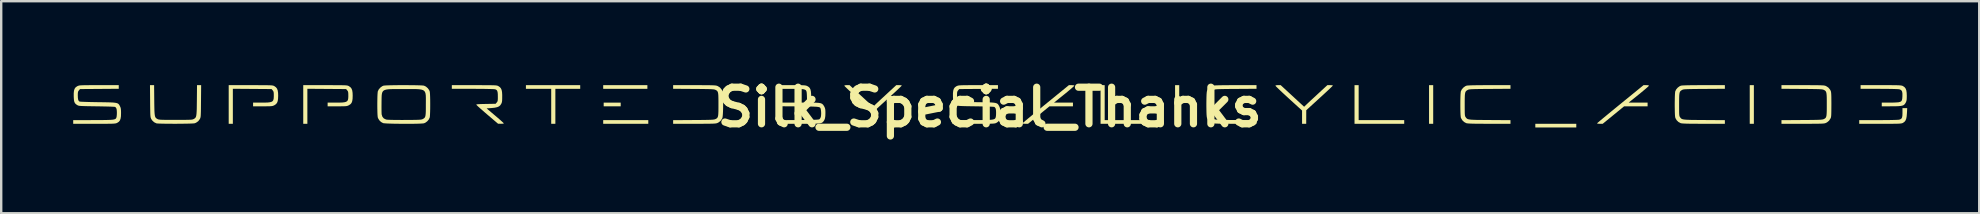
<source format=kicad_pcb>
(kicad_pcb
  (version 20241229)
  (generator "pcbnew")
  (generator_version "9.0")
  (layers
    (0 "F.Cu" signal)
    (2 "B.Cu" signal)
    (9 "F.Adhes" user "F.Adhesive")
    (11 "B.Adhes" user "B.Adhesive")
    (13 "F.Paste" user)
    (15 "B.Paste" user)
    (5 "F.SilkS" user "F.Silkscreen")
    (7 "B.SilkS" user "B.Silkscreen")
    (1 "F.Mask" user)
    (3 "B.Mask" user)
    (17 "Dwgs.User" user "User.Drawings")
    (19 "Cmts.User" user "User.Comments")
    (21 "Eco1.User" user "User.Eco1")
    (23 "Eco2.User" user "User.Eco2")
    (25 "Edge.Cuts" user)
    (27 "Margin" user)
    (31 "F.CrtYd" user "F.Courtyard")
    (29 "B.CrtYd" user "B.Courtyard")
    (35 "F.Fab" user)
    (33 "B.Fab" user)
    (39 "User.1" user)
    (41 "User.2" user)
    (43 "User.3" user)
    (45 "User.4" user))
  (footprint "Silk_Special_Thanks"
    (layer "F.Cu")
    (at 38.186 1.418)
    (property "Reference" "Silk_Special_Thanks" (at 0 0 0) (layer "F.SilkS") (effects (font (size 1.524 1.524) (thickness 0.3))))
    (attr board_only exclude_from_pos_files exclude_from_bom)
    (fp_poly (pts (xy -15.374 -0.038) (xy -16.083 -0.038) (xy -16.083 -0.192) (xy -15.374 -0.192)) (stroke (width 0) (type solid)) (fill yes) (layer "F.SilkS"))
    (fp_poly (pts (xy -14.262 -0.767) (xy -16.103 -0.767) (xy -16.103 -0.92) (xy -14.262 -0.92)) (stroke (width 0) (type solid)) (fill yes) (layer "F.SilkS"))
    (fp_poly (pts (xy -14.224 0.69) (xy -16.103 0.69) (xy -16.103 0.537) (xy -14.224 0.537)) (stroke (width 0) (type solid)) (fill yes) (layer "F.SilkS"))
    (fp_poly (pts (xy 7.898 0.69) (xy 7.725 0.69) (xy 7.725 -0.92) (xy 7.898 -0.92)) (stroke (width 0) (type solid)) (fill yes) (layer "F.SilkS"))
    (fp_poly (pts (xy 18.48 0.69) (xy 18.307 0.69) (xy 18.307 -0.92) (xy 18.48 -0.92)) (stroke (width 0) (type solid)) (fill yes) (layer "F.SilkS"))
    (fp_poly (pts (xy 24.442 0.843) (xy 22.735 0.843) (xy 22.735 0.69) (xy 24.442 0.69)) (stroke (width 0) (type solid)) (fill yes) (layer "F.SilkS"))
    (fp_poly (pts (xy 31.841 0.69) (xy 31.669 0.69) (xy 31.669 -0.92) (xy 31.841 -0.92)) (stroke (width 0) (type solid)) (fill yes) (layer "F.SilkS"))
    (fp_poly (pts (xy 4.792 0.537) (xy 6.69 0.537) (xy 6.69 0.69) (xy 4.62 0.69) (xy 4.62 -0.92) (xy 4.792 -0.92)) (stroke (width 0) (type solid)) (fill yes) (layer "F.SilkS"))
    (fp_poly (pts (xy 15.374 0.537) (xy 17.272 0.537) (xy 17.272 0.69) (xy 15.202 0.69) (xy 15.202 -0.92) (xy 15.374 -0.92)) (stroke (width 0) (type solid)) (fill yes) (layer "F.SilkS"))
    (fp_poly (pts (xy -17.061 -0.767) (xy -18.096 -0.767) (xy -18.096 0.69) (xy -18.269 0.69) (xy -18.269 -0.767) (xy -19.323 -0.767) (xy -19.323 -0.92) (xy -17.061 -0.92)) (stroke (width 0) (type solid)) (fill yes) (layer "F.SilkS"))
    (fp_poly (pts (xy 3.485 -0.917) (xy 3.52 -0.907) (xy 3.526 -0.896) (xy 3.511 -0.878) (xy 3.47 -0.84) (xy 3.407 -0.784) (xy 3.325 -0.715) (xy 3.228 -0.634) (xy 3.121 -0.546) (xy 3.103 -0.532) (xy 2.68 -0.192) (xy 3.47 -0.192) (xy 3.47 -0.038) (xy 2.491 -0.038) (xy 2.046 0.326) (xy 1.601 0.689) (xy 1.479 0.69) (xy 1.414 0.687) (xy 1.374 0.68) (xy 1.364 0.671) (xy 1.38 0.656) (xy 1.423 0.619) (xy 1.49 0.562) (xy 1.58 0.487) (xy 1.69 0.396) (xy 1.817 0.291) (xy 1.959 0.174) (xy 2.113 0.048) (xy 2.277 -0.086) (xy 2.336 -0.134) (xy 3.301 -0.92) (xy 3.414 -0.92)) (stroke (width 0) (type solid)) (fill yes) (layer "F.SilkS"))
    (fp_poly (pts (xy 27.428 -0.917) (xy 27.463 -0.907) (xy 27.469 -0.896) (xy 27.454 -0.878) (xy 27.414 -0.84) (xy 27.35 -0.784) (xy 27.268 -0.715) (xy 27.171 -0.634) (xy 27.064 -0.546) (xy 27.046 -0.532) (xy 26.623 -0.192) (xy 27.413 -0.192) (xy 27.413 -0.038) (xy 26.434 -0.038) (xy 25.989 0.326) (xy 25.544 0.689) (xy 25.422 0.69) (xy 25.357 0.687) (xy 25.317 0.68) (xy 25.307 0.671) (xy 25.323 0.656) (xy 25.366 0.619) (xy 25.433 0.562) (xy 25.523 0.487) (xy 25.633 0.396) (xy 25.76 0.291) (xy 25.902 0.174) (xy 26.056 0.048) (xy 26.22 -0.086) (xy 26.279 -0.134) (xy 27.244 -0.92) (xy 27.357 -0.92)) (stroke (width 0) (type solid)) (fill yes) (layer "F.SilkS"))
    (fp_poly (pts (xy 38.219 0.247) (xy 38.208 0.38) (xy 38.189 0.48) (xy 38.158 0.555) (xy 38.115 0.609) (xy 38.056 0.65) (xy 38.053 0.652) (xy 38.033 0.661) (xy 38.012 0.668) (xy 37.985 0.674) (xy 37.949 0.679) (xy 37.901 0.683) (xy 37.836 0.686) (xy 37.751 0.688) (xy 37.643 0.689) (xy 37.508 0.69) (xy 37.343 0.69) (xy 37.143 0.69) (xy 37.104 0.69) (xy 36.231 0.69) (xy 36.231 0.537) (xy 37.031 0.537) (xy 37.239 0.536) (xy 37.423 0.535) (xy 37.582 0.532) (xy 37.712 0.529) (xy 37.811 0.525) (xy 37.877 0.521) (xy 37.903 0.517) (xy 37.957 0.496) (xy 37.994 0.467) (xy 38.017 0.42) (xy 38.029 0.351) (xy 38.033 0.251) (xy 38.033 0.226) (xy 38.033 0.038) (xy 38.23 0.038)) (stroke (width 0) (type solid)) (fill yes) (layer "F.SilkS"))
    (fp_poly (pts (xy -5.348 -0.47) (xy -4.86 -0.02) (xy -4.764 -0.112) (xy -4.724 -0.15) (xy -4.66 -0.21) (xy -4.579 -0.286) (xy -4.483 -0.374) (xy -4.379 -0.47) (xy -4.28 -0.562) (xy -3.892 -0.92) (xy -3.777 -0.92) (xy -3.716 -0.918) (xy -3.674 -0.911) (xy -3.661 -0.904) (xy -3.675 -0.887) (xy -3.714 -0.848) (xy -3.776 -0.789) (xy -3.856 -0.713) (xy -3.953 -0.623) (xy -4.064 -0.521) (xy -4.184 -0.411) (xy -4.217 -0.381) (xy -4.772 0.125) (xy -4.772 0.407) (xy -4.773 0.69) (xy -4.946 0.69) (xy -4.946 0.137) (xy -5.5 -0.367) (xy -5.623 -0.48) (xy -5.736 -0.584) (xy -5.837 -0.679) (xy -5.922 -0.76) (xy -5.989 -0.825) (xy -6.035 -0.87) (xy -6.055 -0.894) (xy -6.056 -0.896) (xy -6.042 -0.911) (xy -5.994 -0.919) (xy -5.947 -0.92) (xy -5.837 -0.92)) (stroke (width 0) (type solid)) (fill yes) (layer "F.SilkS"))
    (fp_poly (pts (xy 12.614 -0.47) (xy 13.102 -0.02) (xy 13.198 -0.112) (xy 13.238 -0.15) (xy 13.302 -0.21) (xy 13.383 -0.286) (xy 13.479 -0.374) (xy 13.583 -0.47) (xy 13.682 -0.562) (xy 14.07 -0.92) (xy 14.185 -0.92) (xy 14.246 -0.918) (xy 14.288 -0.911) (xy 14.301 -0.904) (xy 14.287 -0.887) (xy 14.248 -0.848) (xy 14.186 -0.789) (xy 14.106 -0.713) (xy 14.009 -0.623) (xy 13.899 -0.521) (xy 13.778 -0.411) (xy 13.746 -0.381) (xy 13.191 0.125) (xy 13.19 0.407) (xy 13.189 0.69) (xy 13.016 0.69) (xy 13.016 0.137) (xy 12.462 -0.367) (xy 12.339 -0.48) (xy 12.226 -0.584) (xy 12.125 -0.679) (xy 12.04 -0.76) (xy 11.973 -0.825) (xy 11.928 -0.87) (xy 11.907 -0.894) (xy 11.906 -0.896) (xy 11.921 -0.911) (xy 11.968 -0.919) (xy 12.015 -0.92) (xy 12.126 -0.92)) (stroke (width 0) (type solid)) (fill yes) (layer "F.SilkS"))
    (fp_poly (pts (xy -30.792 -0.92) (xy -30.581 -0.92) (xy -30.405 -0.919) (xy -30.26 -0.919) (xy -30.143 -0.918) (xy -30.051 -0.916) (xy -29.98 -0.914) (xy -29.926 -0.911) (xy -29.887 -0.907) (xy -29.858 -0.901) (xy -29.836 -0.894) (xy -29.818 -0.886) (xy -29.801 -0.877) (xy -29.738 -0.831) (xy -29.693 -0.774) (xy -29.665 -0.699) (xy -29.65 -0.6) (xy -29.646 -0.479) (xy -29.651 -0.352) (xy -29.665 -0.256) (xy -29.693 -0.184) (xy -29.736 -0.13) (xy -29.797 -0.088) (xy -29.809 -0.081) (xy -29.84 -0.067) (xy -29.871 -0.056) (xy -29.908 -0.048) (xy -29.957 -0.043) (xy -30.024 -0.04) (xy -30.116 -0.039) (xy -30.238 -0.038) (xy -30.292 -0.038) (xy -30.691 -0.038) (xy -30.691 -0.192) (xy -30.36 -0.192) (xy -30.204 -0.193) (xy -30.081 -0.197) (xy -29.988 -0.208) (xy -29.922 -0.226) (xy -29.876 -0.255) (xy -29.849 -0.296) (xy -29.834 -0.353) (xy -29.829 -0.426) (xy -29.828 -0.482) (xy -29.829 -0.566) (xy -29.834 -0.622) (xy -29.845 -0.66) (xy -29.864 -0.69) (xy -29.874 -0.703) (xy -29.921 -0.757) (xy -30.728 -0.763) (xy -31.534 -0.769) (xy -31.534 0.69) (xy -31.707 0.69) (xy -31.707 -0.92)) (stroke (width 0) (type solid)) (fill yes) (layer "F.SilkS"))
    (fp_poly (pts (xy -27.686 -0.92) (xy -27.475 -0.92) (xy -27.299 -0.919) (xy -27.154 -0.919) (xy -27.038 -0.918) (xy -26.946 -0.916) (xy -26.874 -0.914) (xy -26.821 -0.911) (xy -26.781 -0.907) (xy -26.752 -0.901) (xy -26.73 -0.894) (xy -26.712 -0.886) (xy -26.696 -0.877) (xy -26.632 -0.831) (xy -26.588 -0.774) (xy -26.56 -0.699) (xy -26.545 -0.6) (xy -26.541 -0.479) (xy -26.545 -0.352) (xy -26.56 -0.256) (xy -26.587 -0.184) (xy -26.63 -0.13) (xy -26.692 -0.088) (xy -26.704 -0.081) (xy -26.734 -0.067) (xy -26.765 -0.056) (xy -26.802 -0.048) (xy -26.851 -0.043) (xy -26.919 -0.04) (xy -27.01 -0.039) (xy -27.132 -0.038) (xy -27.187 -0.038) (xy -27.585 -0.038) (xy -27.585 -0.192) (xy -27.255 -0.192) (xy -27.098 -0.193) (xy -26.975 -0.197) (xy -26.883 -0.208) (xy -26.816 -0.226) (xy -26.771 -0.255) (xy -26.743 -0.296) (xy -26.729 -0.353) (xy -26.723 -0.426) (xy -26.723 -0.482) (xy -26.724 -0.566) (xy -26.729 -0.622) (xy -26.739 -0.66) (xy -26.758 -0.69) (xy -26.769 -0.703) (xy -26.815 -0.757) (xy -27.622 -0.763) (xy -28.429 -0.769) (xy -28.429 0.69) (xy -28.601 0.69) (xy -28.601 -0.92)) (stroke (width 0) (type solid)) (fill yes) (layer "F.SilkS"))
    (fp_poly (pts (xy 37.335 -0.92) (xy 37.503 -0.92) (xy 37.64 -0.919) (xy 37.749 -0.918) (xy 37.835 -0.916) (xy 37.9 -0.913) (xy 37.949 -0.909) (xy 37.985 -0.904) (xy 38.012 -0.898) (xy 38.034 -0.891) (xy 38.053 -0.882) (xy 38.117 -0.838) (xy 38.163 -0.781) (xy 38.193 -0.704) (xy 38.208 -0.6) (xy 38.213 -0.479) (xy 38.211 -0.382) (xy 38.207 -0.313) (xy 38.197 -0.262) (xy 38.181 -0.218) (xy 38.17 -0.195) (xy 38.142 -0.148) (xy 38.111 -0.112) (xy 38.072 -0.084) (xy 38.019 -0.065) (xy 37.948 -0.052) (xy 37.854 -0.044) (xy 37.732 -0.04) (xy 37.576 -0.039) (xy 37.568 -0.039) (xy 37.17 -0.038) (xy 37.17 -0.192) (xy 37.491 -0.192) (xy 37.605 -0.193) (xy 37.71 -0.196) (xy 37.799 -0.201) (xy 37.863 -0.206) (xy 37.887 -0.21) (xy 37.946 -0.227) (xy 37.985 -0.253) (xy 38.01 -0.293) (xy 38.023 -0.356) (xy 38.03 -0.449) (xy 38.03 -0.461) (xy 38.031 -0.567) (xy 38.02 -0.643) (xy 37.997 -0.693) (xy 37.957 -0.726) (xy 37.904 -0.747) (xy 37.865 -0.752) (xy 37.79 -0.756) (xy 37.682 -0.76) (xy 37.543 -0.763) (xy 37.377 -0.765) (xy 37.185 -0.766) (xy 37.06 -0.767) (xy 36.288 -0.767) (xy 36.288 -0.92) (xy 37.133 -0.92)) (stroke (width 0) (type solid)) (fill yes) (layer "F.SilkS"))
    (fp_poly (pts (xy -21.475 -0.92) (xy -21.262 -0.92) (xy -21.083 -0.919) (xy -20.937 -0.919) (xy -20.818 -0.918) (xy -20.724 -0.916) (xy -20.651 -0.914) (xy -20.595 -0.911) (xy -20.555 -0.907) (xy -20.525 -0.902) (xy -20.502 -0.895) (xy -20.484 -0.887) (xy -20.466 -0.877) (xy -20.465 -0.877) (xy -20.406 -0.835) (xy -20.364 -0.785) (xy -20.335 -0.719) (xy -20.318 -0.631) (xy -20.311 -0.515) (xy -20.311 -0.45) (xy -20.312 -0.347) (xy -20.315 -0.273) (xy -20.323 -0.219) (xy -20.335 -0.177) (xy -20.351 -0.144) (xy -20.392 -0.081) (xy -20.446 -0.035) (xy -20.52 -0.003) (xy -20.619 0.019) (xy -20.75 0.033) (xy -20.752 0.033) (xy -20.961 0.048) (xy -20.602 0.352) (xy -20.503 0.436) (xy -20.414 0.513) (xy -20.34 0.579) (xy -20.284 0.63) (xy -20.251 0.663) (xy -20.243 0.673) (xy -20.261 0.682) (xy -20.306 0.688) (xy -20.363 0.689) (xy -20.483 0.688) (xy -20.937 0.301) (xy -21.049 0.205) (xy -21.151 0.116) (xy -21.24 0.037) (xy -21.312 -0.027) (xy -21.362 -0.075) (xy -21.389 -0.103) (xy -21.392 -0.109) (xy -21.38 -0.117) (xy -21.341 -0.124) (xy -21.273 -0.129) (xy -21.172 -0.133) (xy -21.036 -0.136) (xy -20.989 -0.137) (xy -20.585 -0.144) (xy -20.539 -0.198) (xy -20.517 -0.226) (xy -20.504 -0.257) (xy -20.496 -0.299) (xy -20.493 -0.362) (xy -20.493 -0.441) (xy -20.495 -0.553) (xy -20.504 -0.633) (xy -20.522 -0.688) (xy -20.551 -0.723) (xy -20.594 -0.744) (xy -20.606 -0.747) (xy -20.641 -0.752) (xy -20.712 -0.756) (xy -20.815 -0.759) (xy -20.948 -0.762) (xy -21.106 -0.765) (xy -21.287 -0.766) (xy -21.488 -0.767) (xy -21.542 -0.767) (xy -22.41 -0.767) (xy -22.41 -0.92)) (stroke (width 0) (type solid)) (fill yes) (layer "F.SilkS"))
    (fp_poly (pts (xy 11.118 -0.769) (xy 10.261 -0.763) (xy 10.055 -0.762) (xy 9.884 -0.76) (xy 9.745 -0.758) (xy 9.633 -0.756) (xy 9.545 -0.753) (xy 9.478 -0.75) (xy 9.429 -0.746) (xy 9.393 -0.741) (xy 9.367 -0.734) (xy 9.347 -0.727) (xy 9.341 -0.723) (xy 9.303 -0.701) (xy 9.273 -0.679) (xy 9.251 -0.65) (xy 9.234 -0.612) (xy 9.223 -0.559) (xy 9.216 -0.486) (xy 9.213 -0.388) (xy 9.211 -0.262) (xy 9.211 -0.112) (xy 9.211 0.035) (xy 9.212 0.149) (xy 9.214 0.235) (xy 9.217 0.297) (xy 9.221 0.341) (xy 9.228 0.372) (xy 9.237 0.394) (xy 9.249 0.413) (xy 9.251 0.416) (xy 9.27 0.441) (xy 9.289 0.462) (xy 9.312 0.48) (xy 9.34 0.494) (xy 9.38 0.505) (xy 9.432 0.513) (xy 9.502 0.52) (xy 9.592 0.524) (xy 9.707 0.528) (xy 9.848 0.53) (xy 10.021 0.531) (xy 10.228 0.533) (xy 10.261 0.533) (xy 11.118 0.539) (xy 11.118 0.69) (xy 10.232 0.689) (xy 10.014 0.689) (xy 9.832 0.688) (xy 9.682 0.687) (xy 9.56 0.685) (xy 9.464 0.682) (xy 9.39 0.678) (xy 9.335 0.674) (xy 9.296 0.668) (xy 9.27 0.662) (xy 9.269 0.661) (xy 9.183 0.614) (xy 9.11 0.541) (xy 9.059 0.455) (xy 9.05 0.428) (xy 9.043 0.383) (xy 9.037 0.307) (xy 9.033 0.206) (xy 9.031 0.088) (xy 9.029 -0.041) (xy 9.029 -0.174) (xy 9.031 -0.305) (xy 9.033 -0.425) (xy 9.037 -0.528) (xy 9.043 -0.608) (xy 9.049 -0.657) (xy 9.05 -0.661) (xy 9.089 -0.742) (xy 9.154 -0.817) (xy 9.232 -0.875) (xy 9.288 -0.899) (xy 9.331 -0.905) (xy 9.411 -0.91) (xy 9.529 -0.914) (xy 9.685 -0.917) (xy 9.878 -0.919) (xy 10.107 -0.92) (xy 10.241 -0.92) (xy 11.118 -0.92)) (stroke (width 0) (type solid)) (fill yes) (layer "F.SilkS"))
    (fp_poly (pts (xy 21.7 -0.769) (xy 20.842 -0.763) (xy 20.637 -0.762) (xy 20.466 -0.76) (xy 20.326 -0.758) (xy 20.215 -0.756) (xy 20.127 -0.753) (xy 20.06 -0.75) (xy 20.01 -0.746) (xy 19.974 -0.741) (xy 19.948 -0.734) (xy 19.929 -0.727) (xy 19.922 -0.723) (xy 19.884 -0.701) (xy 19.855 -0.679) (xy 19.832 -0.65) (xy 19.816 -0.612) (xy 19.805 -0.559) (xy 19.798 -0.486) (xy 19.795 -0.388) (xy 19.793 -0.262) (xy 19.793 -0.112) (xy 19.793 0.035) (xy 19.794 0.149) (xy 19.795 0.235) (xy 19.798 0.297) (xy 19.803 0.341) (xy 19.81 0.372) (xy 19.819 0.394) (xy 19.831 0.413) (xy 19.833 0.416) (xy 19.852 0.441) (xy 19.871 0.462) (xy 19.893 0.48) (xy 19.922 0.494) (xy 19.961 0.505) (xy 20.014 0.513) (xy 20.084 0.52) (xy 20.174 0.524) (xy 20.288 0.528) (xy 20.43 0.53) (xy 20.603 0.531) (xy 20.81 0.533) (xy 20.842 0.533) (xy 21.7 0.539) (xy 21.7 0.69) (xy 20.814 0.689) (xy 20.596 0.689) (xy 20.414 0.688) (xy 20.264 0.687) (xy 20.142 0.685) (xy 20.046 0.682) (xy 19.972 0.678) (xy 19.917 0.674) (xy 19.878 0.668) (xy 19.852 0.662) (xy 19.85 0.661) (xy 19.765 0.614) (xy 19.691 0.541) (xy 19.641 0.455) (xy 19.631 0.428) (xy 19.625 0.383) (xy 19.619 0.307) (xy 19.615 0.206) (xy 19.612 0.088) (xy 19.611 -0.041) (xy 19.611 -0.174) (xy 19.612 -0.305) (xy 19.615 -0.425) (xy 19.619 -0.528) (xy 19.625 -0.608) (xy 19.631 -0.657) (xy 19.632 -0.661) (xy 19.671 -0.742) (xy 19.736 -0.817) (xy 19.814 -0.875) (xy 19.87 -0.899) (xy 19.912 -0.905) (xy 19.993 -0.91) (xy 20.111 -0.914) (xy 20.267 -0.917) (xy 20.459 -0.919) (xy 20.689 -0.92) (xy 20.823 -0.92) (xy 21.7 -0.92)) (stroke (width 0) (type solid)) (fill yes) (layer "F.SilkS"))
    (fp_poly (pts (xy 30.633 -0.769) (xy 29.776 -0.763) (xy 29.57 -0.762) (xy 29.399 -0.76) (xy 29.259 -0.758) (xy 29.148 -0.756) (xy 29.06 -0.753) (xy 28.993 -0.75) (xy 28.944 -0.746) (xy 28.908 -0.741) (xy 28.882 -0.734) (xy 28.862 -0.727) (xy 28.856 -0.723) (xy 28.818 -0.701) (xy 28.788 -0.679) (xy 28.765 -0.65) (xy 28.749 -0.612) (xy 28.738 -0.559) (xy 28.731 -0.486) (xy 28.728 -0.388) (xy 28.726 -0.262) (xy 28.726 -0.112) (xy 28.726 0.035) (xy 28.727 0.149) (xy 28.728 0.235) (xy 28.731 0.297) (xy 28.736 0.341) (xy 28.743 0.372) (xy 28.752 0.394) (xy 28.764 0.413) (xy 28.766 0.416) (xy 28.785 0.441) (xy 28.804 0.462) (xy 28.826 0.48) (xy 28.855 0.494) (xy 28.894 0.505) (xy 28.947 0.513) (xy 29.017 0.52) (xy 29.107 0.524) (xy 29.221 0.528) (xy 29.363 0.53) (xy 29.536 0.531) (xy 29.743 0.533) (xy 29.776 0.533) (xy 30.633 0.539) (xy 30.633 0.69) (xy 29.747 0.689) (xy 29.529 0.689) (xy 29.347 0.688) (xy 29.197 0.687) (xy 29.075 0.685) (xy 28.979 0.682) (xy 28.905 0.678) (xy 28.85 0.674) (xy 28.811 0.668) (xy 28.785 0.662) (xy 28.783 0.661) (xy 28.698 0.614) (xy 28.624 0.541) (xy 28.574 0.455) (xy 28.565 0.428) (xy 28.558 0.383) (xy 28.552 0.307) (xy 28.548 0.206) (xy 28.546 0.088) (xy 28.544 -0.041) (xy 28.544 -0.174) (xy 28.546 -0.305) (xy 28.548 -0.425) (xy 28.552 -0.528) (xy 28.558 -0.608) (xy 28.564 -0.657) (xy 28.565 -0.661) (xy 28.604 -0.742) (xy 28.669 -0.817) (xy 28.747 -0.875) (xy 28.803 -0.899) (xy 28.845 -0.905) (xy 28.926 -0.91) (xy 29.044 -0.914) (xy 29.2 -0.917) (xy 29.393 -0.919) (xy 29.622 -0.92) (xy 29.756 -0.92) (xy 30.633 -0.92)) (stroke (width 0) (type solid)) (fill yes) (layer "F.SilkS"))
    (fp_poly (pts (xy -12.302 -0.92) (xy -12.094 -0.92) (xy -11.92 -0.919) (xy -11.777 -0.918) (xy -11.662 -0.917) (xy -11.571 -0.915) (xy -11.501 -0.912) (xy -11.448 -0.909) (xy -11.408 -0.904) (xy -11.378 -0.898) (xy -11.355 -0.891) (xy -11.337 -0.884) (xy -11.238 -0.822) (xy -11.166 -0.736) (xy -11.141 -0.69) (xy -11.13 -0.646) (xy -11.121 -0.57) (xy -11.114 -0.47) (xy -11.109 -0.351) (xy -11.106 -0.22) (xy -11.106 -0.084) (xy -11.107 0.051) (xy -11.111 0.177) (xy -11.117 0.288) (xy -11.125 0.378) (xy -11.135 0.441) (xy -11.141 0.46) (xy -11.205 0.559) (xy -11.291 0.63) (xy -11.337 0.654) (xy -11.358 0.662) (xy -11.382 0.669) (xy -11.412 0.675) (xy -11.454 0.679) (xy -11.509 0.683) (xy -11.582 0.685) (xy -11.675 0.687) (xy -11.794 0.688) (xy -11.94 0.689) (xy -12.118 0.69) (xy -12.302 0.69) (xy -13.189 0.69) (xy -13.189 0.539) (xy -12.341 0.533) (xy -12.136 0.532) (xy -11.966 0.53) (xy -11.828 0.528) (xy -11.717 0.526) (xy -11.63 0.523) (xy -11.563 0.52) (xy -11.514 0.515) (xy -11.477 0.51) (xy -11.451 0.504) (xy -11.43 0.496) (xy -11.423 0.493) (xy -11.387 0.474) (xy -11.359 0.453) (xy -11.338 0.425) (xy -11.323 0.387) (xy -11.312 0.333) (xy -11.306 0.258) (xy -11.302 0.159) (xy -11.301 0.03) (xy -11.301 -0.115) (xy -11.301 -0.274) (xy -11.303 -0.4) (xy -11.306 -0.497) (xy -11.313 -0.569) (xy -11.324 -0.621) (xy -11.34 -0.658) (xy -11.362 -0.685) (xy -11.391 -0.706) (xy -11.423 -0.723) (xy -11.443 -0.731) (xy -11.467 -0.738) (xy -11.499 -0.744) (xy -11.544 -0.748) (xy -11.604 -0.752) (xy -11.683 -0.755) (xy -11.785 -0.757) (xy -11.913 -0.759) (xy -12.071 -0.761) (xy -12.263 -0.763) (xy -12.341 -0.763) (xy -13.189 -0.769) (xy -13.189 -0.92)) (stroke (width 0) (type solid)) (fill yes) (layer "F.SilkS"))
    (fp_poly (pts (xy -34.809 -0.292) (xy -34.807 -0.108) (xy -34.804 0.043) (xy -34.801 0.163) (xy -34.795 0.256) (xy -34.787 0.327) (xy -34.776 0.38) (xy -34.76 0.419) (xy -34.74 0.447) (xy -34.715 0.468) (xy -34.684 0.487) (xy -34.673 0.493) (xy -34.654 0.502) (xy -34.629 0.51) (xy -34.596 0.515) (xy -34.549 0.52) (xy -34.485 0.523) (xy -34.4 0.525) (xy -34.289 0.526) (xy -34.15 0.527) (xy -33.977 0.527) (xy -33.921 0.527) (xy -33.738 0.527) (xy -33.589 0.526) (xy -33.471 0.525) (xy -33.379 0.523) (xy -33.31 0.521) (xy -33.258 0.517) (xy -33.221 0.511) (xy -33.195 0.505) (xy -33.174 0.496) (xy -33.169 0.493) (xy -33.136 0.474) (xy -33.109 0.454) (xy -33.087 0.428) (xy -33.07 0.393) (xy -33.058 0.345) (xy -33.049 0.279) (xy -33.043 0.193) (xy -33.038 0.081) (xy -33.036 -0.06) (xy -33.034 -0.234) (xy -33.033 -0.292) (xy -33.027 -0.92) (xy -32.855 -0.92) (xy -32.861 -0.254) (xy -32.863 -0.076) (xy -32.864 0.067) (xy -32.866 0.181) (xy -32.869 0.269) (xy -32.872 0.336) (xy -32.876 0.385) (xy -32.882 0.421) (xy -32.89 0.449) (xy -32.899 0.472) (xy -32.909 0.492) (xy -32.975 0.581) (xy -33.066 0.645) (xy -33.124 0.668) (xy -33.157 0.673) (xy -33.225 0.677) (xy -33.319 0.681) (xy -33.437 0.684) (xy -33.572 0.686) (xy -33.719 0.688) (xy -33.873 0.689) (xy -34.028 0.689) (xy -34.181 0.688) (xy -34.324 0.687) (xy -34.453 0.685) (xy -34.563 0.682) (xy -34.648 0.679) (xy -34.704 0.674) (xy -34.721 0.671) (xy -34.816 0.624) (xy -34.896 0.548) (xy -34.933 0.492) (xy -34.944 0.469) (xy -34.953 0.446) (xy -34.961 0.418) (xy -34.966 0.38) (xy -34.971 0.329) (xy -34.974 0.26) (xy -34.976 0.17) (xy -34.978 0.053) (xy -34.98 -0.095) (xy -34.981 -0.254) (xy -34.987 -0.92) (xy -34.815 -0.92)) (stroke (width 0) (type solid)) (fill yes) (layer "F.SilkS"))
    (fp_poly (pts (xy 33.878 -0.92) (xy 34.087 -0.92) (xy 34.261 -0.919) (xy 34.403 -0.918) (xy 34.518 -0.917) (xy 34.609 -0.915) (xy 34.679 -0.912) (xy 34.733 -0.909) (xy 34.772 -0.904) (xy 34.802 -0.898) (xy 34.825 -0.891) (xy 34.843 -0.884) (xy 34.942 -0.822) (xy 35.014 -0.736) (xy 35.039 -0.69) (xy 35.049 -0.665) (xy 35.056 -0.631) (xy 35.062 -0.586) (xy 35.066 -0.522) (xy 35.069 -0.437) (xy 35.07 -0.325) (xy 35.071 -0.181) (xy 35.071 -0.115) (xy 35.07 0.043) (xy 35.069 0.167) (xy 35.067 0.262) (xy 35.064 0.333) (xy 35.059 0.385) (xy 35.052 0.423) (xy 35.043 0.451) (xy 35.039 0.46) (xy 34.975 0.559) (xy 34.889 0.63) (xy 34.843 0.654) (xy 34.822 0.662) (xy 34.799 0.669) (xy 34.768 0.675) (xy 34.726 0.679) (xy 34.671 0.683) (xy 34.599 0.685) (xy 34.505 0.687) (xy 34.386 0.688) (xy 34.24 0.689) (xy 34.062 0.69) (xy 33.878 0.69) (xy 32.991 0.69) (xy 32.991 0.539) (xy 33.84 0.533) (xy 34.044 0.532) (xy 34.214 0.53) (xy 34.352 0.528) (xy 34.463 0.526) (xy 34.55 0.523) (xy 34.617 0.52) (xy 34.666 0.515) (xy 34.703 0.51) (xy 34.73 0.504) (xy 34.75 0.496) (xy 34.757 0.493) (xy 34.793 0.474) (xy 34.821 0.453) (xy 34.842 0.425) (xy 34.857 0.387) (xy 34.868 0.333) (xy 34.874 0.258) (xy 34.878 0.159) (xy 34.879 0.03) (xy 34.879 -0.115) (xy 34.879 -0.274) (xy 34.878 -0.4) (xy 34.874 -0.497) (xy 34.867 -0.569) (xy 34.856 -0.621) (xy 34.84 -0.658) (xy 34.818 -0.685) (xy 34.789 -0.706) (xy 34.757 -0.723) (xy 34.738 -0.731) (xy 34.713 -0.738) (xy 34.681 -0.744) (xy 34.636 -0.748) (xy 34.576 -0.752) (xy 34.497 -0.755) (xy 34.395 -0.757) (xy 34.267 -0.759) (xy 34.109 -0.761) (xy 33.917 -0.763) (xy 33.84 -0.763) (xy 32.991 -0.769) (xy 32.991 -0.92)) (stroke (width 0) (type solid)) (fill yes) (layer "F.SilkS"))
    (fp_poly (pts (xy -8.093 -0.92) (xy -7.962 -0.919) (xy -7.859 -0.918) (xy -7.781 -0.916) (xy -7.723 -0.912) (xy -7.68 -0.907) (xy -7.648 -0.9) (xy -7.621 -0.891) (xy -7.598 -0.881) (xy -7.54 -0.845) (xy -7.497 -0.8) (xy -7.467 -0.739) (xy -7.449 -0.657) (xy -7.44 -0.547) (xy -7.438 -0.437) (xy -7.438 -0.195) (xy -7.238 -0.189) (xy -7.126 -0.182) (xy -7.044 -0.168) (xy -6.985 -0.144) (xy -6.94 -0.104) (xy -6.901 -0.045) (xy -6.887 -0.019) (xy -6.865 0.032) (xy -6.851 0.086) (xy -6.845 0.155) (xy -6.844 0.241) (xy -6.848 0.366) (xy -6.862 0.461) (xy -6.888 0.533) (xy -6.927 0.591) (xy -6.928 0.592) (xy -6.948 0.614) (xy -6.969 0.633) (xy -6.994 0.648) (xy -7.027 0.66) (xy -7.07 0.67) (xy -7.127 0.677) (xy -7.202 0.683) (xy -7.299 0.686) (xy -7.419 0.688) (xy -7.568 0.69) (xy -7.748 0.69) (xy -7.964 0.69) (xy -8.837 0.69) (xy -8.837 0.539) (xy -7.989 0.533) (xy -7.771 0.531) (xy -7.59 0.529) (xy -7.441 0.526) (xy -7.322 0.523) (xy -7.232 0.52) (xy -7.166 0.515) (xy -7.123 0.51) (xy -7.1 0.504) (xy -7.098 0.503) (xy -7.064 0.466) (xy -7.036 0.407) (xy -7.034 0.397) (xy -7.024 0.33) (xy -7.021 0.244) (xy -7.026 0.155) (xy -7.038 0.08) (xy -7.046 0.052) (xy -7.054 0.033) (xy -7.066 0.018) (xy -7.085 0.005) (xy -7.115 -0.005) (xy -7.157 -0.013) (xy -7.217 -0.02) (xy -7.297 -0.024) (xy -7.4 -0.028) (xy -7.531 -0.03) (xy -7.691 -0.032) (xy -7.885 -0.034) (xy -7.979 -0.035) (xy -8.818 -0.041) (xy -8.818 -0.192) (xy -7.607 -0.192) (xy -7.614 -0.431) (xy -7.618 -0.542) (xy -7.625 -0.621) (xy -7.638 -0.674) (xy -7.66 -0.709) (xy -7.694 -0.73) (xy -7.743 -0.745) (xy -7.756 -0.749) (xy -7.795 -0.753) (xy -7.867 -0.758) (xy -7.965 -0.761) (xy -8.083 -0.764) (xy -8.215 -0.766) (xy -8.334 -0.766) (xy -8.837 -0.767) (xy -8.837 -0.92) (xy -8.259 -0.92)) (stroke (width 0) (type solid)) (fill yes) (layer "F.SilkS"))
    (fp_poly (pts (xy -36.288 -0.769) (xy -37.095 -0.763) (xy -37.902 -0.757) (xy -37.948 -0.703) (xy -37.972 -0.671) (xy -37.986 -0.635) (xy -37.993 -0.583) (xy -37.995 -0.506) (xy -37.995 -0.499) (xy -37.991 -0.39) (xy -37.979 -0.314) (xy -37.957 -0.265) (xy -37.924 -0.237) (xy -37.898 -0.233) (xy -37.837 -0.229) (xy -37.747 -0.225) (xy -37.632 -0.221) (xy -37.496 -0.217) (xy -37.344 -0.214) (xy -37.18 -0.211) (xy -37.151 -0.211) (xy -36.951 -0.208) (xy -36.785 -0.205) (xy -36.651 -0.202) (xy -36.543 -0.197) (xy -36.459 -0.189) (xy -36.396 -0.179) (xy -36.348 -0.165) (xy -36.313 -0.147) (xy -36.287 -0.124) (xy -36.266 -0.095) (xy -36.247 -0.06) (xy -36.236 -0.039) (xy -36.215 0.007) (xy -36.203 0.055) (xy -36.196 0.116) (xy -36.193 0.199) (xy -36.193 0.247) (xy -36.197 0.378) (xy -36.213 0.478) (xy -36.241 0.552) (xy -36.285 0.606) (xy -36.347 0.647) (xy -36.353 0.651) (xy -36.374 0.66) (xy -36.396 0.668) (xy -36.423 0.674) (xy -36.458 0.679) (xy -36.506 0.683) (xy -36.57 0.686) (xy -36.653 0.688) (xy -36.759 0.689) (xy -36.892 0.69) (xy -37.055 0.69) (xy -37.251 0.69) (xy -37.311 0.69) (xy -38.186 0.69) (xy -38.186 0.537) (xy -37.367 0.536) (xy -37.153 0.535) (xy -36.975 0.534) (xy -36.828 0.532) (xy -36.71 0.529) (xy -36.616 0.525) (xy -36.545 0.519) (xy -36.491 0.51) (xy -36.453 0.499) (xy -36.426 0.486) (xy -36.407 0.469) (xy -36.394 0.449) (xy -36.39 0.441) (xy -36.377 0.393) (xy -36.369 0.32) (xy -36.366 0.235) (xy -36.369 0.152) (xy -36.377 0.083) (xy -36.387 0.05) (xy -36.414 0.008) (xy -36.44 -0.013) (xy -36.465 -0.017) (xy -36.525 -0.021) (xy -36.614 -0.025) (xy -36.728 -0.029) (xy -36.863 -0.032) (xy -37.015 -0.035) (xy -37.179 -0.038) (xy -37.209 -0.038) (xy -37.397 -0.041) (xy -37.551 -0.043) (xy -37.675 -0.046) (xy -37.772 -0.049) (xy -37.846 -0.052) (xy -37.901 -0.056) (xy -37.941 -0.061) (xy -37.97 -0.068) (xy -37.992 -0.076) (xy -38.011 -0.086) (xy -38.012 -0.086) (xy -38.07 -0.125) (xy -38.11 -0.166) (xy -38.137 -0.218) (xy -38.153 -0.288) (xy -38.161 -0.385) (xy -38.164 -0.452) (xy -38.164 -0.586) (xy -38.153 -0.689) (xy -38.129 -0.766) (xy -38.09 -0.823) (xy -38.033 -0.866) (xy -38.007 -0.881) (xy -37.985 -0.89) (xy -37.963 -0.898) (xy -37.935 -0.905) (xy -37.898 -0.91) (xy -37.848 -0.913) (xy -37.782 -0.916) (xy -37.696 -0.918) (xy -37.586 -0.919) (xy -37.448 -0.92) (xy -37.279 -0.92) (xy -37.107 -0.92) (xy -36.288 -0.92)) (stroke (width 0) (type solid)) (fill yes) (layer "F.SilkS"))
    (fp_poly (pts (xy 0.345 -0.769) (xy -0.462 -0.763) (xy -1.269 -0.757) (xy -1.315 -0.703) (xy -1.339 -0.671) (xy -1.353 -0.635) (xy -1.359 -0.583) (xy -1.361 -0.506) (xy -1.361 -0.499) (xy -1.357 -0.39) (xy -1.345 -0.314) (xy -1.323 -0.265) (xy -1.291 -0.237) (xy -1.264 -0.233) (xy -1.204 -0.229) (xy -1.114 -0.225) (xy -0.999 -0.221) (xy -0.863 -0.217) (xy -0.711 -0.214) (xy -0.547 -0.211) (xy -0.518 -0.211) (xy -0.317 -0.208) (xy -0.152 -0.205) (xy -0.017 -0.202) (xy 0.09 -0.197) (xy 0.174 -0.189) (xy 0.238 -0.179) (xy 0.285 -0.165) (xy 0.32 -0.147) (xy 0.347 -0.124) (xy 0.367 -0.095) (xy 0.387 -0.06) (xy 0.398 -0.039) (xy 0.418 0.007) (xy 0.431 0.055) (xy 0.438 0.116) (xy 0.441 0.199) (xy 0.441 0.247) (xy 0.436 0.378) (xy 0.421 0.478) (xy 0.393 0.552) (xy 0.349 0.606) (xy 0.287 0.647) (xy 0.28 0.651) (xy 0.26 0.66) (xy 0.238 0.668) (xy 0.211 0.674) (xy 0.175 0.679) (xy 0.127 0.683) (xy 0.064 0.686) (xy -0.019 0.688) (xy -0.125 0.689) (xy -0.258 0.69) (xy -0.421 0.69) (xy -0.618 0.69) (xy -0.677 0.69) (xy -1.553 0.69) (xy -1.553 0.537) (xy -0.733 0.536) (xy -0.52 0.535) (xy -0.341 0.534) (xy -0.195 0.532) (xy -0.076 0.529) (xy 0.017 0.525) (xy 0.089 0.519) (xy 0.142 0.51) (xy 0.181 0.499) (xy 0.208 0.486) (xy 0.226 0.469) (xy 0.24 0.449) (xy 0.244 0.441) (xy 0.257 0.393) (xy 0.265 0.32) (xy 0.267 0.235) (xy 0.265 0.152) (xy 0.256 0.083) (xy 0.247 0.05) (xy 0.219 0.008) (xy 0.194 -0.013) (xy 0.168 -0.017) (xy 0.109 -0.021) (xy 0.02 -0.025) (xy -0.095 -0.029) (xy -0.23 -0.032) (xy -0.382 -0.035) (xy -0.545 -0.038) (xy -0.575 -0.038) (xy -0.764 -0.041) (xy -0.918 -0.043) (xy -1.041 -0.046) (xy -1.138 -0.049) (xy -1.212 -0.052) (xy -1.267 -0.056) (xy -1.308 -0.061) (xy -1.337 -0.068) (xy -1.359 -0.076) (xy -1.377 -0.086) (xy -1.378 -0.086) (xy -1.436 -0.125) (xy -1.477 -0.166) (xy -1.504 -0.218) (xy -1.519 -0.288) (xy -1.528 -0.385) (xy -1.53 -0.452) (xy -1.53 -0.586) (xy -1.519 -0.689) (xy -1.495 -0.766) (xy -1.456 -0.823) (xy -1.4 -0.866) (xy -1.373 -0.881) (xy -1.352 -0.89) (xy -1.329 -0.898) (xy -1.301 -0.905) (xy -1.264 -0.91) (xy -1.215 -0.913) (xy -1.149 -0.916) (xy -1.062 -0.918) (xy -0.952 -0.919) (xy -0.814 -0.92) (xy -0.645 -0.92) (xy -0.473 -0.92) (xy 0.345 -0.92)) (stroke (width 0) (type solid)) (fill yes) (layer "F.SilkS"))
    (fp_poly (pts (xy -24.304 -0.92) (xy -24.146 -0.919) (xy -23.997 -0.918) (xy -23.861 -0.915) (xy -23.745 -0.912) (xy -23.654 -0.908) (xy -23.592 -0.902) (xy -23.57 -0.899) (xy -23.489 -0.86) (xy -23.414 -0.795) (xy -23.356 -0.717) (xy -23.332 -0.661) (xy -23.325 -0.615) (xy -23.319 -0.538) (xy -23.315 -0.437) (xy -23.312 -0.318) (xy -23.311 -0.188) (xy -23.311 -0.055) (xy -23.312 0.076) (xy -23.315 0.196) (xy -23.319 0.3) (xy -23.324 0.379) (xy -23.331 0.428) (xy -23.332 0.431) (xy -23.371 0.512) (xy -23.435 0.587) (xy -23.514 0.645) (xy -23.57 0.669) (xy -23.613 0.675) (xy -23.688 0.68) (xy -23.791 0.685) (xy -23.915 0.688) (xy -24.057 0.69) (xy -24.211 0.691) (xy -24.372 0.691) (xy -24.534 0.69) (xy -24.692 0.688) (xy -24.842 0.686) (xy -24.978 0.682) (xy -25.095 0.678) (xy -25.188 0.672) (xy -25.251 0.666) (xy -25.275 0.661) (xy -25.361 0.614) (xy -25.434 0.541) (xy -25.485 0.455) (xy -25.494 0.428) (xy -25.501 0.383) (xy -25.507 0.307) (xy -25.511 0.206) (xy -25.513 0.088) (xy -25.514 0.062) (xy -25.34 0.062) (xy -25.339 0.165) (xy -25.337 0.246) (xy -25.334 0.297) (xy -25.333 0.303) (xy -25.302 0.398) (xy -25.243 0.467) (xy -25.157 0.509) (xy -25.122 0.517) (xy -25.08 0.521) (xy -25.006 0.524) (xy -24.903 0.527) (xy -24.777 0.529) (xy -24.634 0.53) (xy -24.479 0.531) (xy -24.355 0.53) (xy -24.175 0.529) (xy -24.029 0.528) (xy -23.913 0.526) (xy -23.823 0.524) (xy -23.755 0.52) (xy -23.705 0.516) (xy -23.67 0.51) (xy -23.644 0.503) (xy -23.624 0.494) (xy -23.622 0.493) (xy -23.584 0.471) (xy -23.554 0.448) (xy -23.532 0.42) (xy -23.516 0.382) (xy -23.505 0.328) (xy -23.498 0.255) (xy -23.494 0.157) (xy -23.493 0.03) (xy -23.493 -0.115) (xy -23.492 -0.263) (xy -23.492 -0.386) (xy -23.495 -0.487) (xy -23.505 -0.568) (xy -23.526 -0.631) (xy -23.559 -0.679) (xy -23.609 -0.713) (xy -23.679 -0.735) (xy -23.771 -0.749) (xy -23.889 -0.756) (xy -24.036 -0.758) (xy -24.216 -0.758) (xy -24.413 -0.757) (xy -24.624 -0.758) (xy -24.8 -0.757) (xy -24.945 -0.755) (xy -25.061 -0.748) (xy -25.151 -0.734) (xy -25.219 -0.712) (xy -25.268 -0.68) (xy -25.301 -0.635) (xy -25.321 -0.575) (xy -25.332 -0.499) (xy -25.336 -0.405) (xy -25.338 -0.291) (xy -25.339 -0.183) (xy -25.34 -0.057) (xy -25.34 0.062) (xy -25.514 0.062) (xy -25.515 -0.041) (xy -25.515 -0.174) (xy -25.513 -0.305) (xy -25.511 -0.425) (xy -25.507 -0.528) (xy -25.501 -0.608) (xy -25.495 -0.657) (xy -25.494 -0.661) (xy -25.455 -0.742) (xy -25.39 -0.817) (xy -25.312 -0.875) (xy -25.256 -0.899) (xy -25.216 -0.904) (xy -25.143 -0.909) (xy -25.043 -0.913) (xy -24.919 -0.916) (xy -24.778 -0.918) (xy -24.626 -0.92) (xy -24.466 -0.921)) (stroke (width 0) (type solid)) (fill yes) (layer "F.SilkS")))
  (gr_rect
    (start -3 -3)
    (end 79.417 5.836)
    (stroke (width 0.1) (type default))
    (fill no)
    (layer "Edge.Cuts")))
</source>
